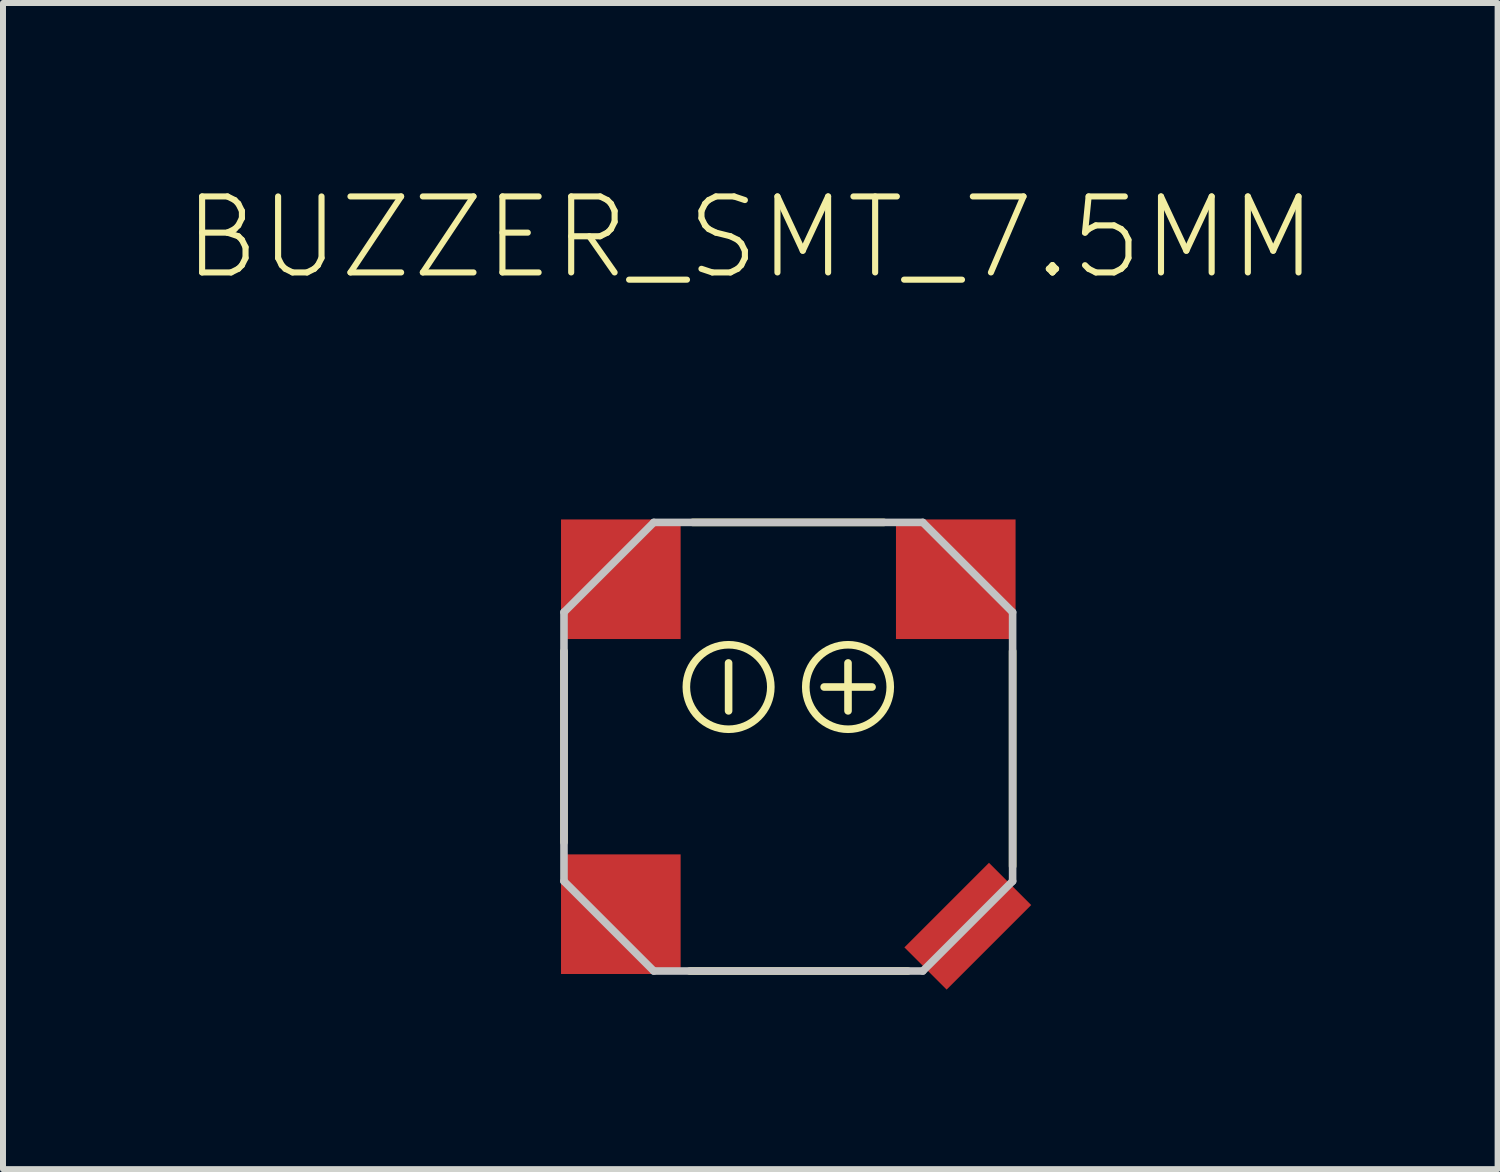
<source format=kicad_pcb>
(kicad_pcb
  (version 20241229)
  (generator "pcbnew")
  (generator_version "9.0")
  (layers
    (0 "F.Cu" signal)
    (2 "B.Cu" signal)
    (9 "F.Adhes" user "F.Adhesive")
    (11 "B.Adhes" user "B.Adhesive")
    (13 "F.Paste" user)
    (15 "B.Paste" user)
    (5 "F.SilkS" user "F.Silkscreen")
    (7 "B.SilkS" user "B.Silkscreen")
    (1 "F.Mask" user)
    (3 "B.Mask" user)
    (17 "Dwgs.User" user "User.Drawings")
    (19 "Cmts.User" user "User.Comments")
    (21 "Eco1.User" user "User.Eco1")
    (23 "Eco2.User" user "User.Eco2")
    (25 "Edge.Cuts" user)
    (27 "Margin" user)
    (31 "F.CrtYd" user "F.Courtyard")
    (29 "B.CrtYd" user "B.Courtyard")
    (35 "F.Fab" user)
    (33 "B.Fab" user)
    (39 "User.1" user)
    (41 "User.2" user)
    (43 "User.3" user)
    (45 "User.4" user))
  (footprint "BUZZER_SMT_7.5MM"
    (layer "F.Cu")
    (at 8.855 9.176)
    (property "Reference" "BUZZER_SMT_7.5MM" (at 0.635 -8.255 0) (layer "F.SilkS") (effects (font (size 1.27 1.27) (thickness 0.102))))
    (attr smd)
    (fp_line (start -2.479 1.852) (end -2.479 -1.344) (stroke (width 0.127) (type solid)) (layer "F.SilkS"))
    (fp_line (start -0.378 4.003) (end 3.269 4.003) (stroke (width 0.127) (type solid)) (layer "F.SilkS"))
    (fp_line (start 0.272 -0.345) (end 0.272 -1.146) (stroke (width 0.127) (type solid)) (layer "F.SilkS"))
    (fp_line (start 1.869 -0.744) (end 2.67 -0.744) (stroke (width 0.127) (type solid)) (layer "F.SilkS"))
    (fp_line (start 2.268 -0.345) (end 2.268 -1.146) (stroke (width 0.127) (type solid)) (layer "F.SilkS"))
    (fp_line (start 2.868 -3.495) (end -0.328 -3.495) (stroke (width 0.127) (type solid)) (layer "F.SilkS"))
    (fp_line (start 5.019 2.253) (end 5.019 -1.344) (stroke (width 0.127) (type solid)) (layer "F.SilkS"))
    (fp_circle (center 0.272 -0.744) (end -0.434 -0.744) (stroke (width 0.127) (type solid)) (fill no) (layer "F.SilkS"))
    (fp_circle (center 2.268 -0.744) (end 1.562 -0.744) (stroke (width 0.127) (type solid)) (fill no) (layer "F.SilkS"))
    (fp_line (start -2.479 -1.994) (end -0.978 -3.495) (stroke (width 0.127) (type solid)) (layer "Dwgs.User"))
    (fp_line (start -2.479 2.502) (end -2.479 -1.994) (stroke (width 0.127) (type solid)) (layer "Dwgs.User"))
    (fp_line (start -0.978 -3.495) (end 3.518 -3.495) (stroke (width 0.127) (type solid)) (layer "Dwgs.User"))
    (fp_line (start -0.978 4.003) (end -2.479 2.502) (stroke (width 0.127) (type solid)) (layer "Dwgs.User"))
    (fp_line (start 3.518 -3.495) (end 5.019 -1.994) (stroke (width 0.127) (type solid)) (layer "Dwgs.User"))
    (fp_line (start 3.518 4.003) (end -0.978 4.003) (stroke (width 0.127) (type solid)) (layer "Dwgs.User"))
    (fp_line (start 5.019 -1.994) (end 5.019 2.502) (stroke (width 0.127) (type solid)) (layer "Dwgs.User"))
    (fp_line (start 5.019 2.502) (end 3.518 4.003) (stroke (width 0.127) (type solid)) (layer "Dwgs.User"))
    (pad "+" smd rect (at 4.069 -2.545 90) (size 1.999 1.999) (layers "F.Cu" "F.Mask" "F.Paste"))
    (pad "-" smd rect (at -1.529 -2.545 90) (size 1.999 1.999) (layers "F.Cu" "F.Mask" "F.Paste"))
    (pad "MT" smd rect (at 4.27 3.254 225) (size 1.999 0.998) (layers "F.Cu" "F.Mask" "F.Paste"))
    (pad "MT2" smd rect (at -1.529 3.053 90) (size 1.999 1.999) (layers "F.Cu" "F.Mask" "F.Paste")))
  (gr_rect
    (start -3 -3)
    (end 21.98 16.49)
    (stroke (width 0.1) (type default))
    (fill no)
    (layer "Edge.Cuts")))
</source>
